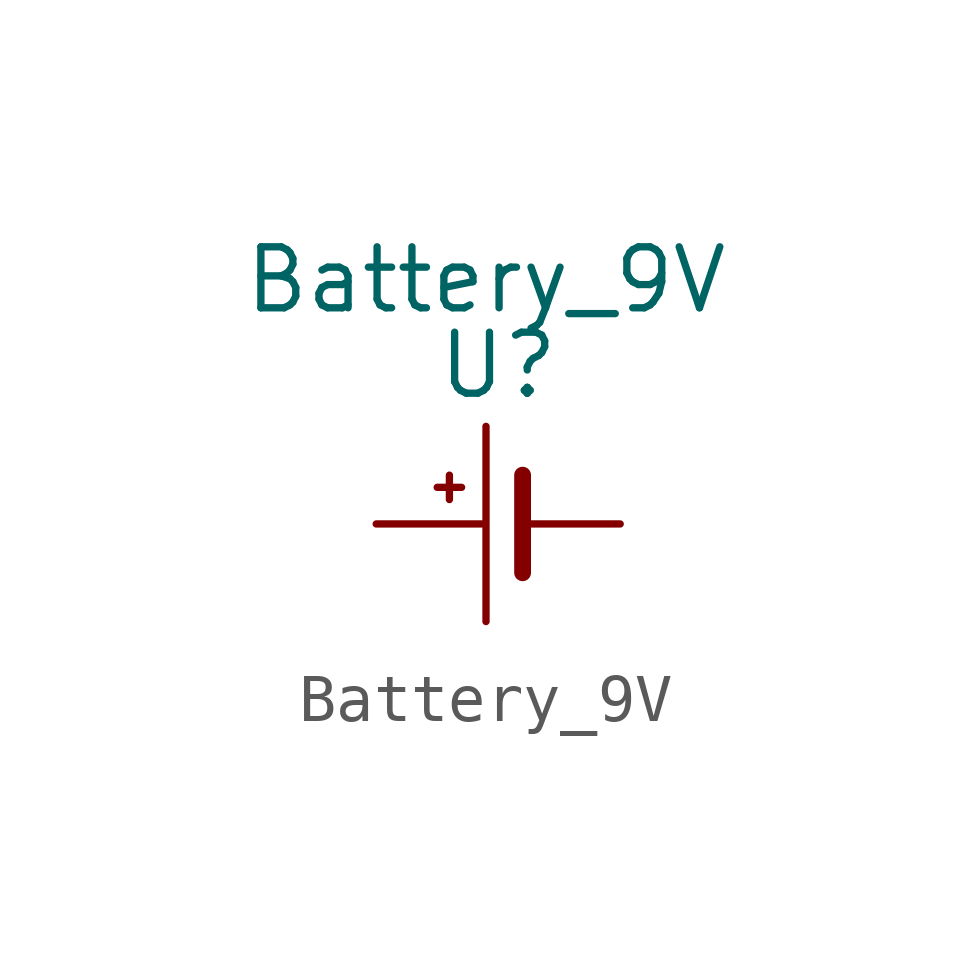
<source format=kicad_sym>
(kicad_symbol_lib
  (version 20220914)
  (generator kicad_symbol_editor)
  (symbol "Battery_9V"
    (pin_numbers hide)
    (pin_names hide)
    (property "Reference" "U"
      (at 0 3.302 0)
      (effects (font (size 1.27 1.27))))
    (property "Value" "Battery_9V"
      (at -0.254 5.08 0)
      (effects (font (size 1.27 1.27))))
    (symbol "Battery_9V_0_1"
      (polyline (pts (xy -1.016 1.016) (xy -1.016 0.508)) (stroke (width 0) (type default)) (fill (type none)))
      (polyline (pts (xy -0.762 0.762) (xy -1.27 0.762)) (stroke (width 0) (type default)) (fill (type none)))
      (polyline (pts (xy -0.254 2.032) (xy -0.254 -2.032)) (stroke (width 0) (type default)) (fill (type none)))
      (polyline (pts (xy 0.508 1.016) (xy 0.508 -1.016)) (stroke (width 0.35) (type default)) (fill (type none))))
    (symbol "Battery_9V_1_1"
      (pin power_out line (at 2.54 0 180) (length 2.1) (name "N" (effects (font (size 1.27 1.27)))) (number "N" (effects (font (size 1.27 1.27)))))
      (pin power_out line (at -2.54 0 0) (length 2.2) (name "P" (effects (font (size 1.27 1.27)))) (number "P" (effects (font (size 1.27 1.27))))))))
</source>
